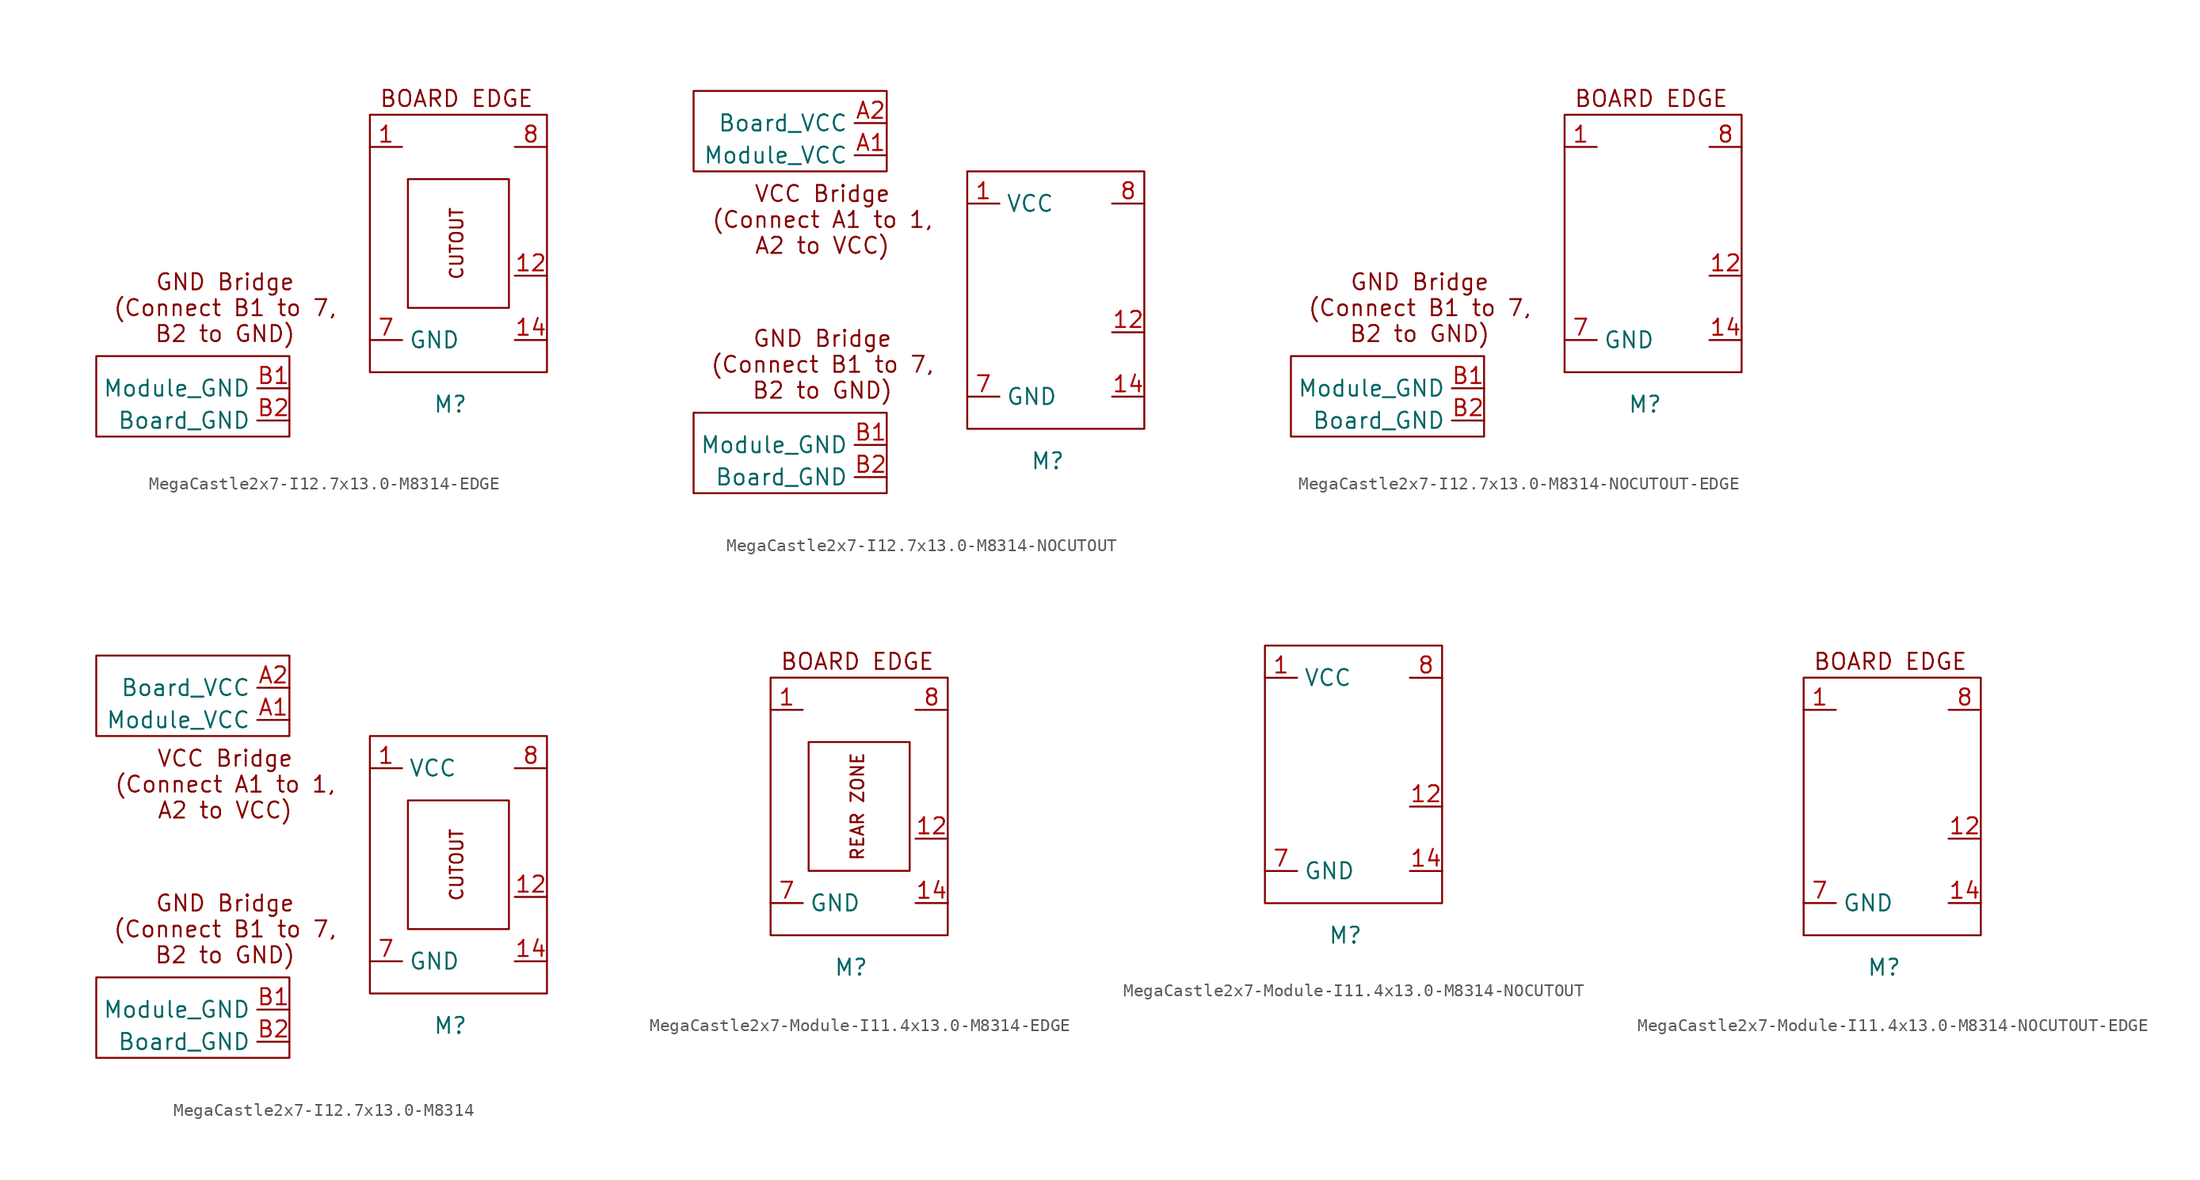
<source format=kicad_sym>
(kicad_symbol_lib
  (version 20231120)
  (generator "kicad_symbol_editor")
  (generator_version "8.0")
  (symbol "MegaCastle2x7-I12.7x13.0-M8314-EDGE"
    (property "Reference" "M"
      (at 0 -12.7 0)
      (effects (font (size 1.27 1.27))))
    (property "Value" ""
      (at 0 5.08 0)
      (effects (font (size 1.27 1.27))))
    (symbol "MegaCastle2x7-I12.7x13.0-M8314-EDGE_0_1"
      (rectangle (start -27.94 -8.89) (end -12.7 -15.24) (stroke (width 0) (type default)) (fill (type none)))
      (rectangle (start -6.35 10.16) (end 7.62 -10.16) (stroke (width 0) (type default)) (fill (type none)))
      (rectangle (start -3.35 5.08) (end 4.62 -5.08) (stroke (width 0) (type default)) (fill (type none))))
    (symbol "MegaCastle2x7-I12.7x13.0-M8314-EDGE_1_1"
      (text " BOARD EDGE" (at 0 11.43 0) (effects (font (size 1.27 1.27))))
      (text "CUTOUT" (at 0.5 0 900) (effects (font (size 1 1))))
      (text "GND Bridge\n(Connect B1 to 7,\nB2 to GND)" (at -17.78 -5.08 0) (effects (font (size 1.27 1.27))))
      (pin bidirectional line (at -6.35 7.62 0) (length 2.54) (name "" (effects (font (size 1.27 1.27)))) (number "1" (effects (font (size 1.27 1.27)))))
      (pin bidirectional line (at 7.62 -2.54 180) (length 2.54) (name "" (effects (font (size 1.27 1.27)))) (number "12" (effects (font (size 1.27 1.27)))))
      (pin bidirectional line (at 7.62 -7.62 180) (length 2.54) (name "" (effects (font (size 1.27 1.27)))) (number "14" (effects (font (size 1.27 1.27)))))
      (pin bidirectional line (at -6.35 -7.62 0) (length 2.54) (name "GND" (effects (font (size 1.27 1.27)))) (number "7" (effects (font (size 1.27 1.27)))))
      (pin bidirectional line (at 7.62 7.62 180) (length 2.54) (name "" (effects (font (size 1.27 1.27)))) (number "8" (effects (font (size 1.27 1.27)))))
      (pin bidirectional line (at -12.7 -11.43 180) (length 2.54) (name "Module_GND" (effects (font (size 1.27 1.27)))) (number "B1" (effects (font (size 1.27 1.27)))))
      (pin bidirectional line (at -12.7 -13.97 180) (length 2.54) (name "Board_GND" (effects (font (size 1.27 1.27)))) (number "B2" (effects (font (size 1.27 1.27)))))))
  (symbol "MegaCastle2x7-I12.7x13.0-M8314-NOCUTOUT"
    (property "Reference" "M"
      (at 0 -12.7 0)
      (effects (font (size 1.27 1.27))))
    (property "Value" ""
      (at 0 5.08 0)
      (effects (font (size 1.27 1.27))))
    (symbol "MegaCastle2x7-I12.7x13.0-M8314-NOCUTOUT_0_1"
      (rectangle (start -27.94 -8.89) (end -12.7 -15.24) (stroke (width 0) (type default)) (fill (type none)))
      (rectangle (start -27.94 16.51) (end -12.7 10.16) (stroke (width 0) (type default)) (fill (type none)))
      (rectangle (start -6.35 10.16) (end 7.62 -10.16) (stroke (width 0) (type default)) (fill (type none))))
    (symbol "MegaCastle2x7-I12.7x13.0-M8314-NOCUTOUT_1_1"
      (text "GND Bridge\n(Connect B1 to 7,\nB2 to GND)" (at -17.78 -5.08 0) (effects (font (size 1.27 1.27))))
      (text "VCC Bridge\n(Connect A1 to 1,\nA2 to VCC)" (at -17.78 6.35 0) (effects (font (size 1.27 1.27))))
      (pin bidirectional line (at -6.35 7.62 0) (length 2.54) (name "VCC" (effects (font (size 1.27 1.27)))) (number "1" (effects (font (size 1.27 1.27)))))
      (pin bidirectional line (at 7.62 -2.54 180) (length 2.54) (name "" (effects (font (size 1.27 1.27)))) (number "12" (effects (font (size 1.27 1.27)))))
      (pin bidirectional line (at 7.62 -7.62 180) (length 2.54) (name "" (effects (font (size 1.27 1.27)))) (number "14" (effects (font (size 1.27 1.27)))))
      (pin bidirectional line (at -6.35 -7.62 0) (length 2.54) (name "GND" (effects (font (size 1.27 1.27)))) (number "7" (effects (font (size 1.27 1.27)))))
      (pin bidirectional line (at 7.62 7.62 180) (length 2.54) (name "" (effects (font (size 1.27 1.27)))) (number "8" (effects (font (size 1.27 1.27)))))
      (pin bidirectional line (at -12.7 11.43 180) (length 2.54) (name "Module_VCC" (effects (font (size 1.27 1.27)))) (number "A1" (effects (font (size 1.27 1.27)))))
      (pin bidirectional line (at -12.7 13.97 180) (length 2.54) (name "Board_VCC" (effects (font (size 1.27 1.27)))) (number "A2" (effects (font (size 1.27 1.27)))))
      (pin bidirectional line (at -12.7 -11.43 180) (length 2.54) (name "Module_GND" (effects (font (size 1.27 1.27)))) (number "B1" (effects (font (size 1.27 1.27)))))
      (pin bidirectional line (at -12.7 -13.97 180) (length 2.54) (name "Board_GND" (effects (font (size 1.27 1.27)))) (number "B2" (effects (font (size 1.27 1.27)))))))
  (symbol "MegaCastle2x7-I12.7x13.0-M8314-NOCUTOUT-EDGE"
    (property "Reference" "M"
      (at 0 -12.7 0)
      (effects (font (size 1.27 1.27))))
    (property "Value" ""
      (at 0 5.08 0)
      (effects (font (size 1.27 1.27))))
    (symbol "MegaCastle2x7-I12.7x13.0-M8314-NOCUTOUT-EDGE_0_1"
      (rectangle (start -27.94 -8.89) (end -12.7 -15.24) (stroke (width 0) (type default)) (fill (type none)))
      (rectangle (start -6.35 10.16) (end 7.62 -10.16) (stroke (width 0) (type default)) (fill (type none))))
    (symbol "MegaCastle2x7-I12.7x13.0-M8314-NOCUTOUT-EDGE_1_1"
      (text " BOARD EDGE" (at 0 11.43 0) (effects (font (size 1.27 1.27))))
      (text "GND Bridge\n(Connect B1 to 7,\nB2 to GND)" (at -17.78 -5.08 0) (effects (font (size 1.27 1.27))))
      (pin bidirectional line (at -6.35 7.62 0) (length 2.54) (name "" (effects (font (size 1.27 1.27)))) (number "1" (effects (font (size 1.27 1.27)))))
      (pin bidirectional line (at 7.62 -2.54 180) (length 2.54) (name "" (effects (font (size 1.27 1.27)))) (number "12" (effects (font (size 1.27 1.27)))))
      (pin bidirectional line (at 7.62 -7.62 180) (length 2.54) (name "" (effects (font (size 1.27 1.27)))) (number "14" (effects (font (size 1.27 1.27)))))
      (pin bidirectional line (at -6.35 -7.62 0) (length 2.54) (name "GND" (effects (font (size 1.27 1.27)))) (number "7" (effects (font (size 1.27 1.27)))))
      (pin bidirectional line (at 7.62 7.62 180) (length 2.54) (name "" (effects (font (size 1.27 1.27)))) (number "8" (effects (font (size 1.27 1.27)))))
      (pin bidirectional line (at -12.7 -11.43 180) (length 2.54) (name "Module_GND" (effects (font (size 1.27 1.27)))) (number "B1" (effects (font (size 1.27 1.27)))))
      (pin bidirectional line (at -12.7 -13.97 180) (length 2.54) (name "Board_GND" (effects (font (size 1.27 1.27)))) (number "B2" (effects (font (size 1.27 1.27)))))))
  (symbol "MegaCastle2x7-I12.7x13.0-M8314"
    (property "Reference" "M"
      (at 0 -12.7 0)
      (effects (font (size 1.27 1.27))))
    (property "Value" ""
      (at 0 5.08 0)
      (effects (font (size 1.27 1.27))))
    (symbol "MegaCastle2x7-I12.7x13.0-M8314_0_1"
      (rectangle (start -27.94 -8.89) (end -12.7 -15.24) (stroke (width 0) (type default)) (fill (type none)))
      (rectangle (start -27.94 16.51) (end -12.7 10.16) (stroke (width 0) (type default)) (fill (type none)))
      (rectangle (start -6.35 10.16) (end 7.62 -10.16) (stroke (width 0) (type default)) (fill (type none)))
      (rectangle (start -3.35 5.08) (end 4.62 -5.08) (stroke (width 0) (type default)) (fill (type none))))
    (symbol "MegaCastle2x7-I12.7x13.0-M8314_1_1"
      (text "CUTOUT" (at 0.5 0 900) (effects (font (size 1 1))))
      (text "GND Bridge\n(Connect B1 to 7,\nB2 to GND)" (at -17.78 -5.08 0) (effects (font (size 1.27 1.27))))
      (text "VCC Bridge\n(Connect A1 to 1,\nA2 to VCC)" (at -17.78 6.35 0) (effects (font (size 1.27 1.27))))
      (pin bidirectional line (at -6.35 7.62 0) (length 2.54) (name "VCC" (effects (font (size 1.27 1.27)))) (number "1" (effects (font (size 1.27 1.27)))))
      (pin bidirectional line (at 7.62 -2.54 180) (length 2.54) (name "" (effects (font (size 1.27 1.27)))) (number "12" (effects (font (size 1.27 1.27)))))
      (pin bidirectional line (at 7.62 -7.62 180) (length 2.54) (name "" (effects (font (size 1.27 1.27)))) (number "14" (effects (font (size 1.27 1.27)))))
      (pin bidirectional line (at -6.35 -7.62 0) (length 2.54) (name "GND" (effects (font (size 1.27 1.27)))) (number "7" (effects (font (size 1.27 1.27)))))
      (pin bidirectional line (at 7.62 7.62 180) (length 2.54) (name "" (effects (font (size 1.27 1.27)))) (number "8" (effects (font (size 1.27 1.27)))))
      (pin bidirectional line (at -12.7 11.43 180) (length 2.54) (name "Module_VCC" (effects (font (size 1.27 1.27)))) (number "A1" (effects (font (size 1.27 1.27)))))
      (pin bidirectional line (at -12.7 13.97 180) (length 2.54) (name "Board_VCC" (effects (font (size 1.27 1.27)))) (number "A2" (effects (font (size 1.27 1.27)))))
      (pin bidirectional line (at -12.7 -11.43 180) (length 2.54) (name "Module_GND" (effects (font (size 1.27 1.27)))) (number "B1" (effects (font (size 1.27 1.27)))))
      (pin bidirectional line (at -12.7 -13.97 180) (length 2.54) (name "Board_GND" (effects (font (size 1.27 1.27)))) (number "B2" (effects (font (size 1.27 1.27)))))))
  (symbol "MegaCastle2x7-Module-I11.4x13.0-M8314-EDGE"
    (property "Reference" "M"
      (at 0 -12.7 0)
      (effects (font (size 1.27 1.27))))
    (property "Value" ""
      (at 0 5.08 0)
      (effects (font (size 1.27 1.27))))
    (symbol "MegaCastle2x7-Module-I11.4x13.0-M8314-EDGE_0_1"
      (rectangle (start -6.35 10.16) (end 7.62 -10.16) (stroke (width 0) (type default)) (fill (type none)))
      (rectangle (start -3.35 5.08) (end 4.62 -5.08) (stroke (width 0) (type default)) (fill (type none))))
    (symbol "MegaCastle2x7-Module-I11.4x13.0-M8314-EDGE_1_1"
      (text " BOARD EDGE" (at 0 11.43 0) (effects (font (size 1.27 1.27))))
      (text "REAR ZONE" (at 0.5 0 900) (effects (font (size 1 1))))
      (pin bidirectional line (at -6.35 7.62 0) (length 2.54) (name "" (effects (font (size 1.27 1.27)))) (number "1" (effects (font (size 1.27 1.27)))))
      (pin bidirectional line (at 7.62 -2.54 180) (length 2.54) (name "" (effects (font (size 1.27 1.27)))) (number "12" (effects (font (size 1.27 1.27)))))
      (pin bidirectional line (at 7.62 -7.62 180) (length 2.54) (name "" (effects (font (size 1.27 1.27)))) (number "14" (effects (font (size 1.27 1.27)))))
      (pin bidirectional line (at -6.35 -7.62 0) (length 2.54) (name "GND" (effects (font (size 1.27 1.27)))) (number "7" (effects (font (size 1.27 1.27)))))
      (pin bidirectional line (at 7.62 7.62 180) (length 2.54) (name "" (effects (font (size 1.27 1.27)))) (number "8" (effects (font (size 1.27 1.27)))))))
  (symbol "MegaCastle2x7-Module-I11.4x13.0-M8314-NOCUTOUT"
    (property "Reference" "M"
      (at 0 -12.7 0)
      (effects (font (size 1.27 1.27))))
    (property "Value" ""
      (at 0 5.08 0)
      (effects (font (size 1.27 1.27))))
    (symbol "MegaCastle2x7-Module-I11.4x13.0-M8314-NOCUTOUT_0_1"
      (rectangle (start -6.35 10.16) (end 7.62 -10.16) (stroke (width 0) (type default)) (fill (type none))))
    (symbol "MegaCastle2x7-Module-I11.4x13.0-M8314-NOCUTOUT_1_1"
      (pin bidirectional line (at -6.35 7.62 0) (length 2.54) (name "VCC" (effects (font (size 1.27 1.27)))) (number "1" (effects (font (size 1.27 1.27)))))
      (pin bidirectional line (at 7.62 -2.54 180) (length 2.54) (name "" (effects (font (size 1.27 1.27)))) (number "12" (effects (font (size 1.27 1.27)))))
      (pin bidirectional line (at 7.62 -7.62 180) (length 2.54) (name "" (effects (font (size 1.27 1.27)))) (number "14" (effects (font (size 1.27 1.27)))))
      (pin bidirectional line (at -6.35 -7.62 0) (length 2.54) (name "GND" (effects (font (size 1.27 1.27)))) (number "7" (effects (font (size 1.27 1.27)))))
      (pin bidirectional line (at 7.62 7.62 180) (length 2.54) (name "" (effects (font (size 1.27 1.27)))) (number "8" (effects (font (size 1.27 1.27)))))))
  (symbol "MegaCastle2x7-Module-I11.4x13.0-M8314-NOCUTOUT-EDGE"
    (property "Reference" "M"
      (at 0 -12.7 0)
      (effects (font (size 1.27 1.27))))
    (property "Value" ""
      (at 0 5.08 0)
      (effects (font (size 1.27 1.27))))
    (symbol "MegaCastle2x7-Module-I11.4x13.0-M8314-NOCUTOUT-EDGE_0_1"
      (rectangle (start -6.35 10.16) (end 7.62 -10.16) (stroke (width 0) (type default)) (fill (type none))))
    (symbol "MegaCastle2x7-Module-I11.4x13.0-M8314-NOCUTOUT-EDGE_1_1"
      (text " BOARD EDGE" (at 0 11.43 0) (effects (font (size 1.27 1.27))))
      (pin bidirectional line (at -6.35 7.62 0) (length 2.54) (name "" (effects (font (size 1.27 1.27)))) (number "1" (effects (font (size 1.27 1.27)))))
      (pin bidirectional line (at 7.62 -2.54 180) (length 2.54) (name "" (effects (font (size 1.27 1.27)))) (number "12" (effects (font (size 1.27 1.27)))))
      (pin bidirectional line (at 7.62 -7.62 180) (length 2.54) (name "" (effects (font (size 1.27 1.27)))) (number "14" (effects (font (size 1.27 1.27)))))
      (pin bidirectional line (at -6.35 -7.62 0) (length 2.54) (name "GND" (effects (font (size 1.27 1.27)))) (number "7" (effects (font (size 1.27 1.27)))))
      (pin bidirectional line (at 7.62 7.62 180) (length 2.54) (name "" (effects (font (size 1.27 1.27)))) (number "8" (effects (font (size 1.27 1.27))))))))
</source>
